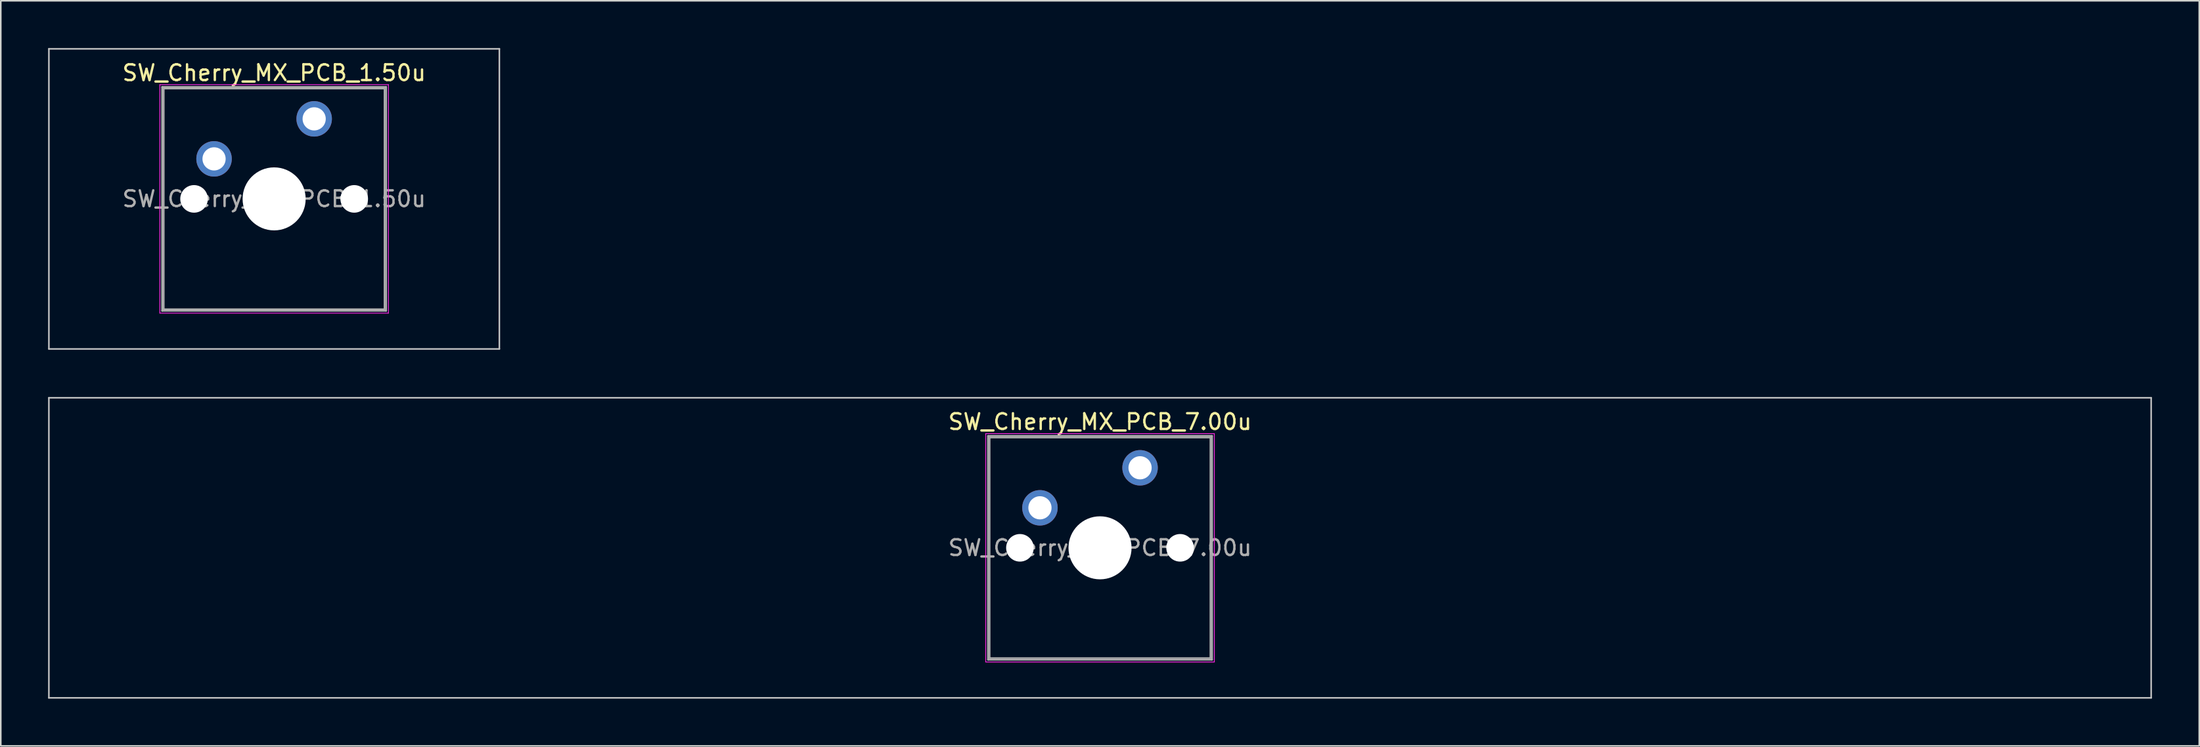
<source format=kicad_pcb>
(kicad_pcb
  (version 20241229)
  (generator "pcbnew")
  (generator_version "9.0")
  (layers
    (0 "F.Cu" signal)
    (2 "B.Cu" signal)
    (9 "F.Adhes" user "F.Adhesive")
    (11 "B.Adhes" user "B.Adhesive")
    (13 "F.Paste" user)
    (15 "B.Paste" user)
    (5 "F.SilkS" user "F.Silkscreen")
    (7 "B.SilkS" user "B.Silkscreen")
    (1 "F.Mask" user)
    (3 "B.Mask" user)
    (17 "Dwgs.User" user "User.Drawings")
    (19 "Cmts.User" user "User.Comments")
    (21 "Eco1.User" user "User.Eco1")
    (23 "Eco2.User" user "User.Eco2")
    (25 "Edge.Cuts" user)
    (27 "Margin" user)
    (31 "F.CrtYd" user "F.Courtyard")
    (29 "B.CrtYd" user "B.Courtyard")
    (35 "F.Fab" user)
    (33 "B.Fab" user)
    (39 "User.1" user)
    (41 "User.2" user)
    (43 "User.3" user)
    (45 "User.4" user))
  (footprint "SW_Cherry_MX_PCB_7.00u"
    (layer "F.Cu")
    (at 66.725 31.725)
    (property "Reference" "SW_Cherry_MX_PCB_7.00u" (at 0 -8 0) (layer "F.SilkS") (effects (font (size 1 1) (thickness 0.15))))
    (attr through_hole)
    (fp_line (start -66.675 -9.525) (end -66.675 9.525) (stroke (width 0.1) (type solid)) (layer "Dwgs.User"))
    (fp_line (start -66.675 9.525) (end 66.675 9.525) (stroke (width 0.1) (type solid)) (layer "Dwgs.User"))
    (fp_line (start 66.675 -9.525) (end -66.675 -9.525) (stroke (width 0.1) (type solid)) (layer "Dwgs.User"))
    (fp_line (start 66.675 9.525) (end 66.675 -9.525) (stroke (width 0.1) (type solid)) (layer "Dwgs.User"))
    (fp_line (start -7.25 -7.25) (end -7.25 7.25) (stroke (width 0.05) (type solid)) (layer "F.CrtYd"))
    (fp_line (start -7.25 7.25) (end 7.25 7.25) (stroke (width 0.05) (type solid)) (layer "F.CrtYd"))
    (fp_line (start 7.25 -7.25) (end -7.25 -7.25) (stroke (width 0.05) (type solid)) (layer "F.CrtYd"))
    (fp_line (start 7.25 7.25) (end 7.25 -7.25) (stroke (width 0.05) (type solid)) (layer "F.CrtYd"))
    (fp_line (start -7.1 -7.1) (end -7.1 7.1) (stroke (width 0.12) (type solid)) (layer "F.Fab"))
    (fp_line (start -7.1 7.1) (end 7.1 7.1) (stroke (width 0.12) (type solid)) (layer "F.Fab"))
    (fp_line (start -7 -7) (end -7 7) (stroke (width 0.1) (type solid)) (layer "F.Fab"))
    (fp_line (start -7 7) (end 7 7) (stroke (width 0.1) (type solid)) (layer "F.Fab"))
    (fp_line (start 7 -7) (end -7 -7) (stroke (width 0.1) (type solid)) (layer "F.Fab"))
    (fp_line (start 7 7) (end 7 -7) (stroke (width 0.1) (type solid)) (layer "F.Fab"))
    (fp_line (start 7.1 -7.1) (end -7.1 -7.1) (stroke (width 0.12) (type solid)) (layer "F.Fab"))
    (fp_line (start 7.1 7.1) (end 7.1 -7.1) (stroke (width 0.12) (type solid)) (layer "F.Fab"))
    (fp_text user "${REFERENCE}" (at 0 0 0) (layer "F.Fab") (effects (font (size 1 1) (thickness 0.15))))
    (pad "" np_thru_hole circle (at -5.08 0) (size 1.75 1.75) (drill 1.75) (layers "*.Cu" "*.Mask"))
    (pad "" np_thru_hole circle (at 0 0) (size 4 4) (drill 4) (layers "*.Cu" "*.Mask"))
    (pad "" np_thru_hole circle (at 5.08 0) (size 1.75 1.75) (drill 1.75) (layers "*.Cu" "*.Mask"))
    (pad "1" thru_hole circle (at -3.81 -2.54) (size 2.25 2.25) (drill 1.47) (layers "*.Cu" "B.Mask"))
    (pad "2" thru_hole circle (at 2.54 -5.08) (size 2.25 2.25) (drill 1.47) (layers "*.Cu" "B.Mask")))
  (footprint "SW_Cherry_MX_PCB_1.50u"
    (layer "F.Cu")
    (at 14.338 9.575)
    (property "Reference" "SW_Cherry_MX_PCB_1.50u" (at 0 -8 0) (layer "F.SilkS") (effects (font (size 1 1) (thickness 0.15))))
    (attr through_hole)
    (fp_line (start -14.287 -9.525) (end -14.287 9.525) (stroke (width 0.1) (type solid)) (layer "Dwgs.User"))
    (fp_line (start -14.287 9.525) (end 14.287 9.525) (stroke (width 0.1) (type solid)) (layer "Dwgs.User"))
    (fp_line (start 14.287 -9.525) (end -14.287 -9.525) (stroke (width 0.1) (type solid)) (layer "Dwgs.User"))
    (fp_line (start 14.287 9.525) (end 14.287 -9.525) (stroke (width 0.1) (type solid)) (layer "Dwgs.User"))
    (fp_line (start -7.25 -7.25) (end -7.25 7.25) (stroke (width 0.05) (type solid)) (layer "F.CrtYd"))
    (fp_line (start -7.25 7.25) (end 7.25 7.25) (stroke (width 0.05) (type solid)) (layer "F.CrtYd"))
    (fp_line (start 7.25 -7.25) (end -7.25 -7.25) (stroke (width 0.05) (type solid)) (layer "F.CrtYd"))
    (fp_line (start 7.25 7.25) (end 7.25 -7.25) (stroke (width 0.05) (type solid)) (layer "F.CrtYd"))
    (fp_line (start -7.1 -7.1) (end -7.1 7.1) (stroke (width 0.12) (type solid)) (layer "F.Fab"))
    (fp_line (start -7.1 7.1) (end 7.1 7.1) (stroke (width 0.12) (type solid)) (layer "F.Fab"))
    (fp_line (start -7 -7) (end -7 7) (stroke (width 0.1) (type solid)) (layer "F.Fab"))
    (fp_line (start -7 7) (end 7 7) (stroke (width 0.1) (type solid)) (layer "F.Fab"))
    (fp_line (start 7 -7) (end -7 -7) (stroke (width 0.1) (type solid)) (layer "F.Fab"))
    (fp_line (start 7 7) (end 7 -7) (stroke (width 0.1) (type solid)) (layer "F.Fab"))
    (fp_line (start 7.1 -7.1) (end -7.1 -7.1) (stroke (width 0.12) (type solid)) (layer "F.Fab"))
    (fp_line (start 7.1 7.1) (end 7.1 -7.1) (stroke (width 0.12) (type solid)) (layer "F.Fab"))
    (fp_text user "${REFERENCE}" (at 0 0 0) (layer "F.Fab") (effects (font (size 1 1) (thickness 0.15))))
    (pad "" np_thru_hole circle (at -5.08 0) (size 1.75 1.75) (drill 1.75) (layers "*.Cu" "*.Mask"))
    (pad "" np_thru_hole circle (at 0 0) (size 4 4) (drill 4) (layers "*.Cu" "*.Mask"))
    (pad "" np_thru_hole circle (at 5.08 0) (size 1.75 1.75) (drill 1.75) (layers "*.Cu" "*.Mask"))
    (pad "1" thru_hole circle (at -3.81 -2.54) (size 2.25 2.25) (drill 1.47) (layers "*.Cu" "B.Mask"))
    (pad "2" thru_hole circle (at 2.54 -5.08) (size 2.25 2.25) (drill 1.47) (layers "*.Cu" "B.Mask")))
  (gr_rect
    (start -3 -3)
    (end 136.45 44.3)
    (stroke (width 0.1) (type default))
    (fill no)
    (layer "Edge.Cuts")))
</source>
